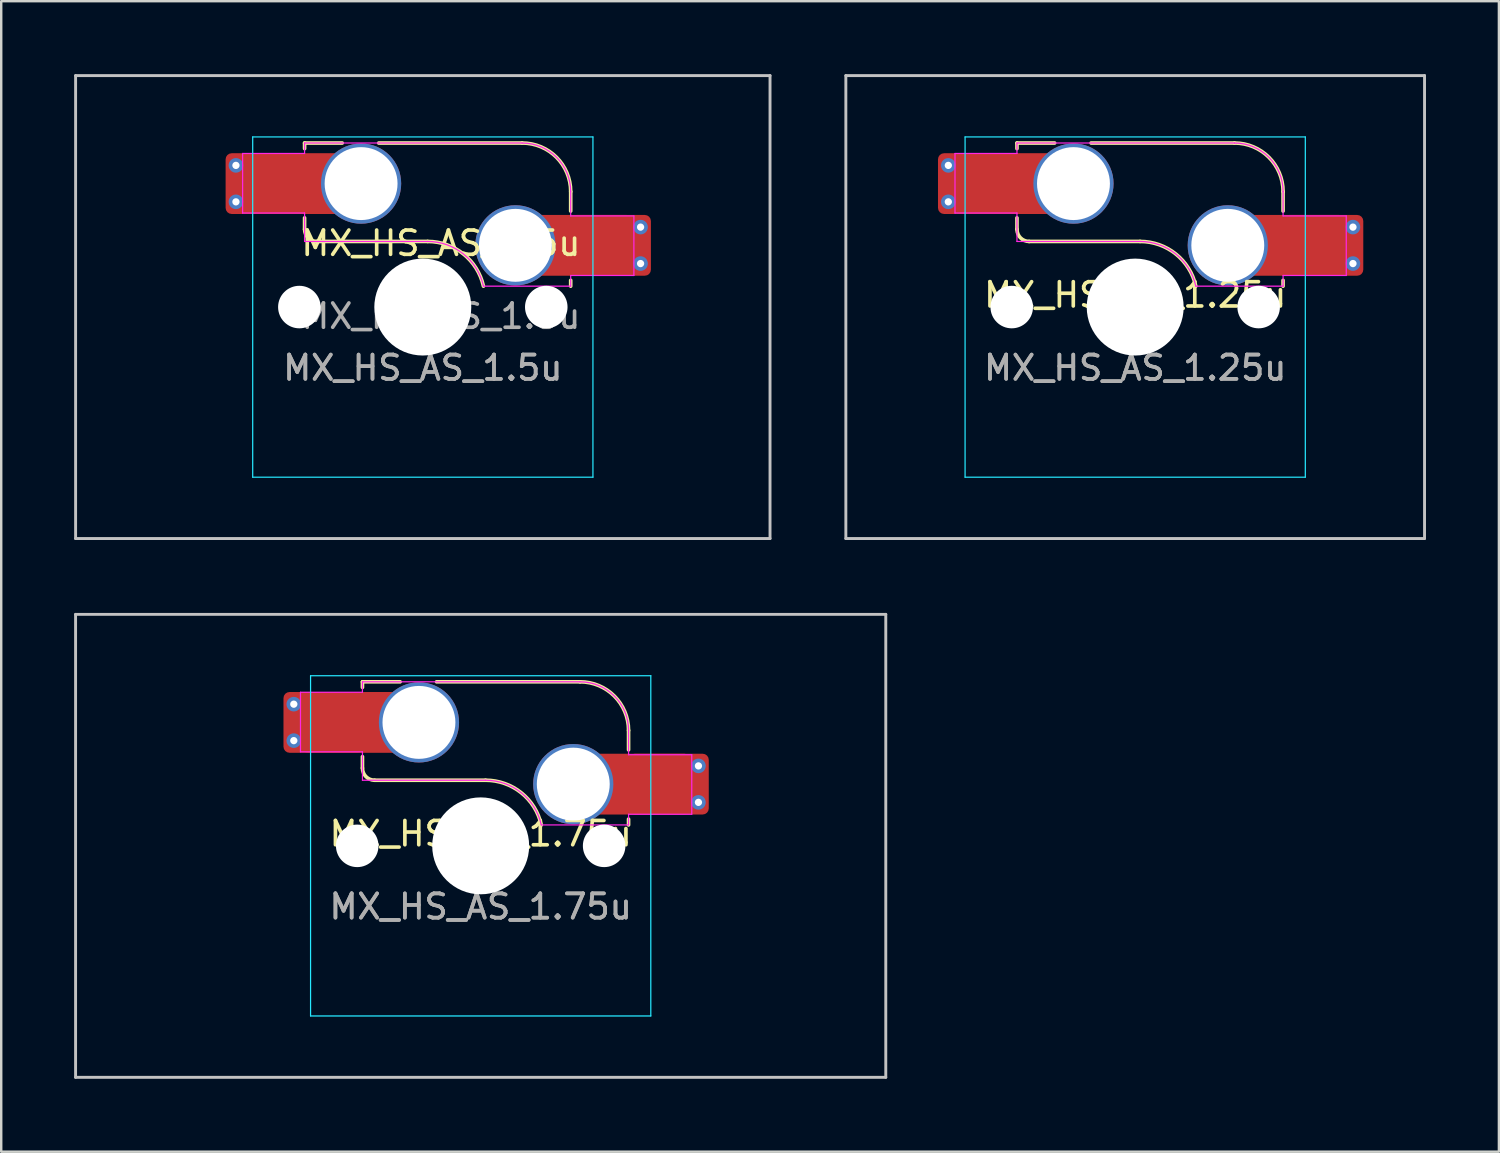
<source format=kicad_pcb>
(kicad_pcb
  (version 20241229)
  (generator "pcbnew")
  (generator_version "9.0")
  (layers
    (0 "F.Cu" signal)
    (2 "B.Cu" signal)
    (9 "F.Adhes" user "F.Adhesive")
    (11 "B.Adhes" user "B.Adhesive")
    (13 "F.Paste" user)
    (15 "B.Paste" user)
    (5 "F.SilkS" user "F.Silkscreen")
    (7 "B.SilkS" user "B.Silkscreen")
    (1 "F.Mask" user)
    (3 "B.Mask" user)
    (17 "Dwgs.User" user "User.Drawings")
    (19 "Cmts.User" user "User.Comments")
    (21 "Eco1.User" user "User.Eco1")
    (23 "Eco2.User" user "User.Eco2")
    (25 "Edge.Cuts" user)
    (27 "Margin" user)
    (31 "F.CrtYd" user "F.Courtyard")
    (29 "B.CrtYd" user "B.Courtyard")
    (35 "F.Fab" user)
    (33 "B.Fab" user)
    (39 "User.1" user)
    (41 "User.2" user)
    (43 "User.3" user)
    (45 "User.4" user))
  (footprint "MX_HS_AS_1.75u"
    (layer "F.Cu")
    (at 16.729 31.755)
    (property "Reference" "MX_HS_AS_1.75u" (at 0 -0.5 0) (unlocked yes) (layer "F.SilkS") (effects (font (size 1 1) (thickness 0.15))))
    (attr through_hole)
    (fp_line (start -4.865 -6.75) (end -4.865 -6.52) (stroke (width 0.15) (type solid)) (layer "F.SilkS"))
    (fp_line (start -4.865 -3.67) (end -4.865 -3.2) (stroke (width 0.15) (type solid)) (layer "F.SilkS"))
    (fp_line (start -4.365 -2.7) (end 0.2 -2.7) (stroke (width 0.15) (type solid)) (layer "F.SilkS"))
    (fp_line (start -3.315 -6.75) (end -4.865 -6.75) (stroke (width 0.15) (type solid)) (layer "F.SilkS"))
    (fp_line (start 4.085 -6.75) (end -1.815 -6.75) (stroke (width 0.15) (type solid)) (layer "F.SilkS"))
    (fp_line (start 6.085 -3.95) (end 6.085 -4.75) (stroke (width 0.15) (type solid)) (layer "F.SilkS"))
    (fp_line (start 6.085 -1.1) (end 6.085 -0.86) (stroke (width 0.15) (type solid)) (layer "F.SilkS"))
    (fp_arc (start -4.364824 -2.70022) (mid -4.718355 -2.846676) (end -4.864824 -3.20022) (stroke (width 0.15) (type solid)) (layer "F.SilkS"))
    (fp_arc (start 0.2 -2.70022) (mid 1.670695 -2.183638) (end 2.494322 -0.86022) (stroke (width 0.15) (type solid)) (layer "F.SilkS"))
    (fp_arc (start 4.085176 -6.75022) (mid 5.499392 -6.164435) (end 6.085176 -4.75022) (stroke (width 0.15) (type solid)) (layer "F.SilkS"))
    (fp_line (start -16.669 -9.525) (end 16.669 -9.525) (stroke (width 0.12) (type solid)) (layer "Dwgs.User"))
    (fp_line (start -16.669 9.525) (end -16.669 -9.525) (stroke (width 0.12) (type solid)) (layer "Dwgs.User"))
    (fp_line (start 16.669 -9.525) (end 16.669 9.525) (stroke (width 0.12) (type solid)) (layer "Dwgs.User"))
    (fp_line (start 16.669 9.525) (end -16.669 9.525) (stroke (width 0.12) (type solid)) (layer "Dwgs.User"))
    (fp_line (start -7 -6.5) (end -7 6.5) (stroke (width 0.05) (type solid)) (layer "Eco2.User"))
    (fp_line (start -6.5 7) (end 6.5 7) (stroke (width 0.05) (type solid)) (layer "Eco2.User"))
    (fp_line (start 6.5 -7) (end -6.5 -7) (stroke (width 0.05) (type solid)) (layer "Eco2.User"))
    (fp_line (start 7 6.5) (end 7 -6.5) (stroke (width 0.05) (type solid)) (layer "Eco2.User"))
    (fp_arc (start -7 -6.5) (mid -6.853553 -6.853553) (end -6.5 -7) (stroke (width 0.05) (type solid)) (layer "Eco2.User"))
    (fp_arc (start -6.497236 6.998884) (mid -6.850787 6.852436) (end -6.997236 6.498884) (stroke (width 0.05) (type solid)) (layer "Eco2.User"))
    (fp_arc (start 6.5 -7) (mid 6.853553 -6.853553) (end 7 -6.5) (stroke (width 0.05) (type solid)) (layer "Eco2.User"))
    (fp_arc (start 7 6.5) (mid 6.853553 6.853553) (end 6.5 7) (stroke (width 0.05) (type solid)) (layer "Eco2.User"))
    (fp_line (start -7 -7) (end 7 -7) (stroke (width 0.05) (type solid)) (layer "B.CrtYd"))
    (fp_line (start -7 7) (end -7 -7) (stroke (width 0.05) (type solid)) (layer "B.CrtYd"))
    (fp_line (start 7 -7) (end 7 7) (stroke (width 0.05) (type solid)) (layer "B.CrtYd"))
    (fp_line (start 7 7) (end -7 7) (stroke (width 0.05) (type solid)) (layer "B.CrtYd"))
    (fp_line (start -7.415 -6.32) (end -4.865 -6.32) (stroke (width 0.05) (type solid)) (layer "F.CrtYd"))
    (fp_line (start -7.415 -3.87) (end -7.415 -6.32) (stroke (width 0.05) (type solid)) (layer "F.CrtYd"))
    (fp_line (start -4.865 -6.75) (end -4.865 -6.32) (stroke (width 0.05) (type solid)) (layer "F.CrtYd"))
    (fp_line (start -4.865 -3.87) (end -7.415 -3.87) (stroke (width 0.05) (type solid)) (layer "F.CrtYd"))
    (fp_line (start -4.865 -3.87) (end -4.865 -2.7) (stroke (width 0.05) (type solid)) (layer "F.CrtYd"))
    (fp_line (start -4.865 -2.7) (end 0.2 -2.7) (stroke (width 0.05) (type solid)) (layer "F.CrtYd"))
    (fp_line (start 4.085 -6.75) (end -4.865 -6.75) (stroke (width 0.05) (type solid)) (layer "F.CrtYd"))
    (fp_line (start 6.085 -3.75) (end 6.085 -4.75) (stroke (width 0.05) (type solid)) (layer "F.CrtYd"))
    (fp_line (start 6.085 -3.75) (end 8.685 -3.75) (stroke (width 0.05) (type solid)) (layer "F.CrtYd"))
    (fp_line (start 6.085 -1.3) (end 6.085 -0.86) (stroke (width 0.05) (type solid)) (layer "F.CrtYd"))
    (fp_line (start 6.085 -0.86) (end 2.494 -0.86) (stroke (width 0.05) (type solid)) (layer "F.CrtYd"))
    (fp_line (start 8.685 -3.75) (end 8.685 -1.3) (stroke (width 0.05) (type solid)) (layer "F.CrtYd"))
    (fp_line (start 8.685 -1.3) (end 6.085 -1.3) (stroke (width 0.05) (type solid)) (layer "F.CrtYd"))
    (fp_arc (start 0.2 -2.70022) (mid 1.670505 -2.1834) (end 2.494322 -0.86022) (stroke (width 0.05) (type solid)) (layer "F.CrtYd"))
    (fp_arc (start 4.085176 -6.75022) (mid 5.499392 -6.164435) (end 6.085176 -4.75022) (stroke (width 0.05) (type solid)) (layer "F.CrtYd"))
    (fp_text user "${REFERENCE}" (at 0 2.5 0) (unlocked yes) (layer "F.Fab") (effects (font (size 1 1) (thickness 0.15))))
    (fp_text user "${REFERENCE}" (at 0 2.5 0) (unlocked yes) (layer "F.Fab") (effects (font (size 1 1) (thickness 0.15))))
    (pad "" np_thru_hole circle (at -5.08 0) (size 1.75 1.75) (drill 1.75) (layers "*.Cu" "*.Mask"))
    (pad "" np_thru_hole circle (at 0 0) (size 3.988 3.988) (drill 3.988) (layers "*.Cu" "*.Mask"))
    (pad "" np_thru_hole circle (at 5.08 0) (size 1.75 1.75) (drill 1.75) (layers "*.Cu" "*.Mask"))
    (pad "1" thru_hole circle (at 3.81 -2.54) (size 3.3 3.3) (drill 3) (layers "*.Cu" "*.Mask"))
    (pad "1" smd roundrect (at 7.018 -2.54) (size 4.735 2.5) (layers "F.Cu") (roundrect_rratio 0.1))
    (pad "1" smd roundrect (at 7.36 -2.54) (size 2.55 2.5) (layers "F.Cu" "F.Mask" "F.Paste") (roundrect_rratio 0.1))
    (pad "1" thru_hole circle (at 8.96 -3.29) (size 0.6 0.6) (drill 0.3) (layers "*.Cu"))
    (pad "1" thru_hole circle (at 8.96 -1.79) (size 0.6 0.6) (drill 0.3) (layers "*.Cu"))
    (pad "2" thru_hole circle (at -7.69 -5.83) (size 0.6 0.6) (drill 0.3) (layers "*.Cu"))
    (pad "2" thru_hole circle (at -7.69 -4.33) (size 0.6 0.6) (drill 0.3) (layers "*.Cu"))
    (pad "2" smd roundrect (at -6.09 -5.08) (size 2.55 2.5) (layers "F.Cu" "F.Mask" "F.Paste") (roundrect_rratio 0.1))
    (pad "2" smd roundrect (at -5.732 -5.08) (size 4.765 2.5) (layers "F.Cu") (roundrect_rratio 0.1))
    (pad "2" thru_hole circle (at -2.54 -5.08) (size 3.3 3.3) (drill 3) (layers "*.Cu" "*.Mask")))
  (footprint "MX_HS_AS_1.25u"
    (layer "F.Cu")
    (at 43.661 9.585)
    (property "Reference" "MX_HS_AS_1.25u" (at 0 -0.5 0) (unlocked yes) (layer "F.SilkS") (effects (font (size 1 1) (thickness 0.15))))
    (attr through_hole)
    (fp_line (start -4.865 -6.75) (end -4.865 -6.52) (stroke (width 0.15) (type solid)) (layer "F.SilkS"))
    (fp_line (start -4.865 -3.67) (end -4.865 -3.2) (stroke (width 0.15) (type solid)) (layer "F.SilkS"))
    (fp_line (start -4.365 -2.7) (end 0.2 -2.7) (stroke (width 0.15) (type solid)) (layer "F.SilkS"))
    (fp_line (start -3.315 -6.75) (end -4.865 -6.75) (stroke (width 0.15) (type solid)) (layer "F.SilkS"))
    (fp_line (start 4.085 -6.75) (end -1.815 -6.75) (stroke (width 0.15) (type solid)) (layer "F.SilkS"))
    (fp_line (start 6.085 -3.95) (end 6.085 -4.75) (stroke (width 0.15) (type solid)) (layer "F.SilkS"))
    (fp_line (start 6.085 -1.1) (end 6.085 -0.86) (stroke (width 0.15) (type solid)) (layer "F.SilkS"))
    (fp_arc (start -4.364824 -2.70022) (mid -4.718377 -2.846667) (end -4.864824 -3.20022) (stroke (width 0.15) (type solid)) (layer "F.SilkS"))
    (fp_arc (start 0.2 -2.70022) (mid 1.670693 -2.183637) (end 2.494322 -0.86022) (stroke (width 0.15) (type solid)) (layer "F.SilkS"))
    (fp_arc (start 4.085176 -6.75022) (mid 5.499392 -6.164435) (end 6.085176 -4.75022) (stroke (width 0.15) (type solid)) (layer "F.SilkS"))
    (fp_line (start -11.906 -9.525) (end 11.906 -9.525) (stroke (width 0.12) (type solid)) (layer "Dwgs.User"))
    (fp_line (start -11.906 9.525) (end -11.906 -9.525) (stroke (width 0.12) (type solid)) (layer "Dwgs.User"))
    (fp_line (start 11.906 -9.525) (end 11.906 9.525) (stroke (width 0.12) (type solid)) (layer "Dwgs.User"))
    (fp_line (start 11.906 9.525) (end -11.906 9.525) (stroke (width 0.12) (type solid)) (layer "Dwgs.User"))
    (fp_line (start -7 -6.5) (end -7 6.5) (stroke (width 0.05) (type solid)) (layer "Eco2.User"))
    (fp_line (start -6.5 7) (end 6.5 7) (stroke (width 0.05) (type solid)) (layer "Eco2.User"))
    (fp_line (start 6.5 -7) (end -6.5 -7) (stroke (width 0.05) (type solid)) (layer "Eco2.User"))
    (fp_line (start 7 6.5) (end 7 -6.5) (stroke (width 0.05) (type solid)) (layer "Eco2.User"))
    (fp_arc (start -7 -6.5) (mid -6.853553 -6.853553) (end -6.5 -7) (stroke (width 0.05) (type solid)) (layer "Eco2.User"))
    (fp_arc (start -6.497236 6.998884) (mid -6.850789 6.852437) (end -6.997236 6.498884) (stroke (width 0.05) (type solid)) (layer "Eco2.User"))
    (fp_arc (start 6.5 -7) (mid 6.853553 -6.853553) (end 7 -6.5) (stroke (width 0.05) (type solid)) (layer "Eco2.User"))
    (fp_arc (start 7 6.5) (mid 6.853553 6.853553) (end 6.5 7) (stroke (width 0.05) (type solid)) (layer "Eco2.User"))
    (fp_line (start -7 -7) (end 7 -7) (stroke (width 0.05) (type solid)) (layer "B.CrtYd"))
    (fp_line (start -7 7) (end -7 -7) (stroke (width 0.05) (type solid)) (layer "B.CrtYd"))
    (fp_line (start 7 -7) (end 7 7) (stroke (width 0.05) (type solid)) (layer "B.CrtYd"))
    (fp_line (start 7 7) (end -7 7) (stroke (width 0.05) (type solid)) (layer "B.CrtYd"))
    (fp_line (start -7.415 -6.32) (end -4.865 -6.32) (stroke (width 0.05) (type solid)) (layer "F.CrtYd"))
    (fp_line (start -7.415 -3.87) (end -7.415 -6.32) (stroke (width 0.05) (type solid)) (layer "F.CrtYd"))
    (fp_line (start -4.865 -6.75) (end -4.865 -6.32) (stroke (width 0.05) (type solid)) (layer "F.CrtYd"))
    (fp_line (start -4.865 -3.87) (end -7.415 -3.87) (stroke (width 0.05) (type solid)) (layer "F.CrtYd"))
    (fp_line (start -4.865 -3.87) (end -4.865 -2.7) (stroke (width 0.05) (type solid)) (layer "F.CrtYd"))
    (fp_line (start -4.865 -2.7) (end 0.2 -2.7) (stroke (width 0.05) (type solid)) (layer "F.CrtYd"))
    (fp_line (start 4.085 -6.75) (end -4.865 -6.75) (stroke (width 0.05) (type solid)) (layer "F.CrtYd"))
    (fp_line (start 6.085 -3.75) (end 6.085 -4.75) (stroke (width 0.05) (type solid)) (layer "F.CrtYd"))
    (fp_line (start 6.085 -3.75) (end 8.685 -3.75) (stroke (width 0.05) (type solid)) (layer "F.CrtYd"))
    (fp_line (start 6.085 -1.3) (end 6.085 -0.86) (stroke (width 0.05) (type solid)) (layer "F.CrtYd"))
    (fp_line (start 6.085 -0.86) (end 2.494 -0.86) (stroke (width 0.05) (type solid)) (layer "F.CrtYd"))
    (fp_line (start 8.685 -3.75) (end 8.685 -1.3) (stroke (width 0.05) (type solid)) (layer "F.CrtYd"))
    (fp_line (start 8.685 -1.3) (end 6.085 -1.3) (stroke (width 0.05) (type solid)) (layer "F.CrtYd"))
    (fp_arc (start 0.2 -2.70022) (mid 1.670502 -2.183399) (end 2.494322 -0.86022) (stroke (width 0.05) (type solid)) (layer "F.CrtYd"))
    (fp_arc (start 4.085176 -6.75022) (mid 5.499392 -6.164435) (end 6.085176 -4.75022) (stroke (width 0.05) (type solid)) (layer "F.CrtYd"))
    (fp_text user "${REFERENCE}" (at 0 2.5 0) (unlocked yes) (layer "F.Fab") (effects (font (size 1 1) (thickness 0.15))))
    (fp_text user "${REFERENCE}" (at 0 2.5 0) (unlocked yes) (layer "F.Fab") (effects (font (size 1 1) (thickness 0.15))))
    (pad "" np_thru_hole circle (at -5.08 0) (size 1.75 1.75) (drill 1.75) (layers "*.Cu" "*.Mask"))
    (pad "" np_thru_hole circle (at 0 0) (size 3.988 3.988) (drill 3.988) (layers "*.Cu" "*.Mask"))
    (pad "" np_thru_hole circle (at 5.08 0) (size 1.75 1.75) (drill 1.75) (layers "*.Cu" "*.Mask"))
    (pad "1" thru_hole circle (at 3.81 -2.54) (size 3.3 3.3) (drill 3) (layers "*.Cu" "*.Mask"))
    (pad "1" smd roundrect (at 7.018 -2.54) (size 4.735 2.5) (layers "F.Cu") (roundrect_rratio 0.1))
    (pad "1" smd roundrect (at 7.36 -2.54) (size 2.55 2.5) (layers "F.Cu" "F.Mask" "F.Paste") (roundrect_rratio 0.1))
    (pad "1" thru_hole circle (at 8.96 -3.29) (size 0.6 0.6) (drill 0.3) (layers "*.Cu"))
    (pad "1" thru_hole circle (at 8.96 -1.79) (size 0.6 0.6) (drill 0.3) (layers "*.Cu"))
    (pad "2" thru_hole circle (at -7.69 -5.83) (size 0.6 0.6) (drill 0.3) (layers "*.Cu"))
    (pad "2" thru_hole circle (at -7.69 -4.33) (size 0.6 0.6) (drill 0.3) (layers "*.Cu"))
    (pad "2" smd roundrect (at -6.09 -5.08) (size 2.55 2.5) (layers "F.Cu" "F.Mask" "F.Paste") (roundrect_rratio 0.1))
    (pad "2" smd roundrect (at -5.732 -5.08) (size 4.765 2.5) (layers "F.Cu") (roundrect_rratio 0.1))
    (pad "2" thru_hole circle (at -2.54 -5.08) (size 3.3 3.3) (drill 3) (layers "*.Cu" "*.Mask")))
  (footprint "MX_HS_AS_1.5u"
    (layer "F.Cu")
    (at 14.348 9.585)
    (property "Reference" "MX_HS_AS_1.5u" (at 0.744 -2.625 0) (unlocked yes) (layer "F.SilkS") (effects (font (size 1 1) (thickness 0.15))))
    (attr through_hole)
    (fp_line (start -4.865 -6.75) (end -4.865 -6.52) (stroke (width 0.15) (type solid)) (layer "F.SilkS"))
    (fp_line (start -4.865 -3.67) (end -4.865 -3.2) (stroke (width 0.15) (type solid)) (layer "F.SilkS"))
    (fp_line (start -4.365 -2.7) (end 0.2 -2.7) (stroke (width 0.15) (type solid)) (layer "F.SilkS"))
    (fp_line (start -3.315 -6.75) (end -4.865 -6.75) (stroke (width 0.15) (type solid)) (layer "F.SilkS"))
    (fp_line (start 4.085 -6.75) (end -1.815 -6.75) (stroke (width 0.15) (type solid)) (layer "F.SilkS"))
    (fp_line (start 6.085 -3.95) (end 6.085 -4.75) (stroke (width 0.15) (type solid)) (layer "F.SilkS"))
    (fp_line (start 6.085 -1.1) (end 6.085 -0.86) (stroke (width 0.15) (type solid)) (layer "F.SilkS"))
    (fp_arc (start -4.364824 -2.70022) (mid -4.718387 -2.846659) (end -4.864824 -3.20022) (stroke (width 0.15) (type solid)) (layer "F.SilkS"))
    (fp_arc (start 0.2 -2.70022) (mid 1.670682 -2.18363) (end 2.494322 -0.86022) (stroke (width 0.15) (type solid)) (layer "F.SilkS"))
    (fp_arc (start 4.085176 -6.75022) (mid 5.49938 -6.164426) (end 6.085176 -4.75022) (stroke (width 0.15) (type solid)) (layer "F.SilkS"))
    (fp_line (start -14.287 -9.525) (end 14.287 -9.525) (stroke (width 0.12) (type solid)) (layer "Dwgs.User"))
    (fp_line (start -14.287 9.525) (end -14.287 -9.525) (stroke (width 0.12) (type solid)) (layer "Dwgs.User"))
    (fp_line (start 14.287 -9.525) (end 14.287 9.525) (stroke (width 0.12) (type solid)) (layer "Dwgs.User"))
    (fp_line (start 14.287 9.525) (end -14.287 9.525) (stroke (width 0.12) (type solid)) (layer "Dwgs.User"))
    (fp_line (start -7 -6.5) (end -7 6.5) (stroke (width 0.05) (type solid)) (layer "Eco2.User"))
    (fp_line (start -6.5 7) (end 6.5 7) (stroke (width 0.05) (type solid)) (layer "Eco2.User"))
    (fp_line (start 6.5 -7) (end -6.5 -7) (stroke (width 0.05) (type solid)) (layer "Eco2.User"))
    (fp_line (start 7 6.5) (end 7 -6.5) (stroke (width 0.05) (type solid)) (layer "Eco2.User"))
    (fp_arc (start -7 -6.5) (mid -6.853553 -6.853553) (end -6.5 -7) (stroke (width 0.05) (type solid)) (layer "Eco2.User"))
    (fp_arc (start -6.497236 6.998884) (mid -6.850793 6.852441) (end -6.997236 6.498884) (stroke (width 0.05) (type solid)) (layer "Eco2.User"))
    (fp_arc (start 6.5 -7) (mid 6.853521 -6.853536) (end 7 -6.5) (stroke (width 0.05) (type solid)) (layer "Eco2.User"))
    (fp_arc (start 7 6.5) (mid 6.853556 6.853571) (end 6.5 7) (stroke (width 0.05) (type solid)) (layer "Eco2.User"))
    (fp_line (start -7 -7) (end 7 -7) (stroke (width 0.05) (type solid)) (layer "B.CrtYd"))
    (fp_line (start -7 7) (end -7 -7) (stroke (width 0.05) (type solid)) (layer "B.CrtYd"))
    (fp_line (start 7 -7) (end 7 7) (stroke (width 0.05) (type solid)) (layer "B.CrtYd"))
    (fp_line (start 7 7) (end -7 7) (stroke (width 0.05) (type solid)) (layer "B.CrtYd"))
    (fp_line (start -7.415 -6.32) (end -4.865 -6.32) (stroke (width 0.05) (type solid)) (layer "F.CrtYd"))
    (fp_line (start -7.415 -3.87) (end -7.415 -6.32) (stroke (width 0.05) (type solid)) (layer "F.CrtYd"))
    (fp_line (start -4.865 -6.75) (end -4.865 -6.32) (stroke (width 0.05) (type solid)) (layer "F.CrtYd"))
    (fp_line (start -4.865 -3.87) (end -7.415 -3.87) (stroke (width 0.05) (type solid)) (layer "F.CrtYd"))
    (fp_line (start -4.865 -3.87) (end -4.865 -2.7) (stroke (width 0.05) (type solid)) (layer "F.CrtYd"))
    (fp_line (start -4.865 -2.7) (end 0.2 -2.7) (stroke (width 0.05) (type solid)) (layer "F.CrtYd"))
    (fp_line (start 4.085 -6.75) (end -4.865 -6.75) (stroke (width 0.05) (type solid)) (layer "F.CrtYd"))
    (fp_line (start 6.085 -3.75) (end 6.085 -4.75) (stroke (width 0.05) (type solid)) (layer "F.CrtYd"))
    (fp_line (start 6.085 -3.75) (end 8.685 -3.75) (stroke (width 0.05) (type solid)) (layer "F.CrtYd"))
    (fp_line (start 6.085 -1.3) (end 6.085 -0.86) (stroke (width 0.05) (type solid)) (layer "F.CrtYd"))
    (fp_line (start 6.085 -0.86) (end 2.494 -0.86) (stroke (width 0.05) (type solid)) (layer "F.CrtYd"))
    (fp_line (start 8.685 -3.75) (end 8.685 -1.3) (stroke (width 0.05) (type solid)) (layer "F.CrtYd"))
    (fp_line (start 8.685 -1.3) (end 6.085 -1.3) (stroke (width 0.05) (type solid)) (layer "F.CrtYd"))
    (fp_arc (start 0.2 -2.70022) (mid 1.670502 -2.183399) (end 2.494322 -0.86022) (stroke (width 0.05) (type solid)) (layer "F.CrtYd"))
    (fp_arc (start 4.085176 -6.75022) (mid 5.49938 -6.164426) (end 6.085176 -4.75022) (stroke (width 0.05) (type solid)) (layer "F.CrtYd"))
    (fp_text user "${REFERENCE}" (at 0.744 0.375 0) (unlocked yes) (layer "F.Fab") (effects (font (size 1 1) (thickness 0.15))))
    (fp_text user "${REFERENCE}" (at 0 2.5 0) (unlocked yes) (layer "F.Fab") (effects (font (size 1 1) (thickness 0.15))))
    (fp_text user "${REFERENCE}" (at 0 2.5 0) (unlocked yes) (layer "F.Fab") (effects (font (size 1 1) (thickness 0.15))))
    (pad "" np_thru_hole circle (at -5.08 0) (size 1.75 1.75) (drill 1.75) (layers "*.Cu" "*.Mask"))
    (pad "" np_thru_hole circle (at 0 0) (size 3.988 3.988) (drill 3.988) (layers "*.Cu" "*.Mask"))
    (pad "" np_thru_hole circle (at 5.08 0) (size 1.75 1.75) (drill 1.75) (layers "*.Cu" "*.Mask"))
    (pad "1" thru_hole circle (at 3.81 -2.54) (size 3.3 3.3) (drill 3) (layers "*.Cu" "*.Mask"))
    (pad "1" smd roundrect (at 7.018 -2.54) (size 4.735 2.5) (layers "F.Cu") (roundrect_rratio 0.1))
    (pad "1" smd roundrect (at 7.36 -2.54) (size 2.55 2.5) (layers "F.Cu" "F.Mask" "F.Paste") (roundrect_rratio 0.1))
    (pad "1" thru_hole circle (at 8.96 -3.29) (size 0.6 0.6) (drill 0.3) (layers "*.Cu"))
    (pad "1" thru_hole circle (at 8.96 -1.79) (size 0.6 0.6) (drill 0.3) (layers "*.Cu"))
    (pad "2" thru_hole circle (at -7.69 -5.83) (size 0.6 0.6) (drill 0.3) (layers "*.Cu"))
    (pad "2" thru_hole circle (at -7.69 -4.33) (size 0.6 0.6) (drill 0.3) (layers "*.Cu"))
    (pad "2" smd roundrect (at -6.09 -5.08) (size 2.55 2.5) (layers "F.Cu" "F.Mask" "F.Paste") (roundrect_rratio 0.1))
    (pad "2" smd roundrect (at -5.732 -5.08) (size 4.765 2.5) (layers "F.Cu") (roundrect_rratio 0.1))
    (pad "2" thru_hole circle (at -2.54 -5.08) (size 3.3 3.3) (drill 3) (layers "*.Cu" "*.Mask")))
  (gr_rect
    (start -3 -3)
    (end 58.627 44.34)
    (stroke (width 0.1) (type default))
    (fill no)
    (layer "Edge.Cuts")))
</source>
